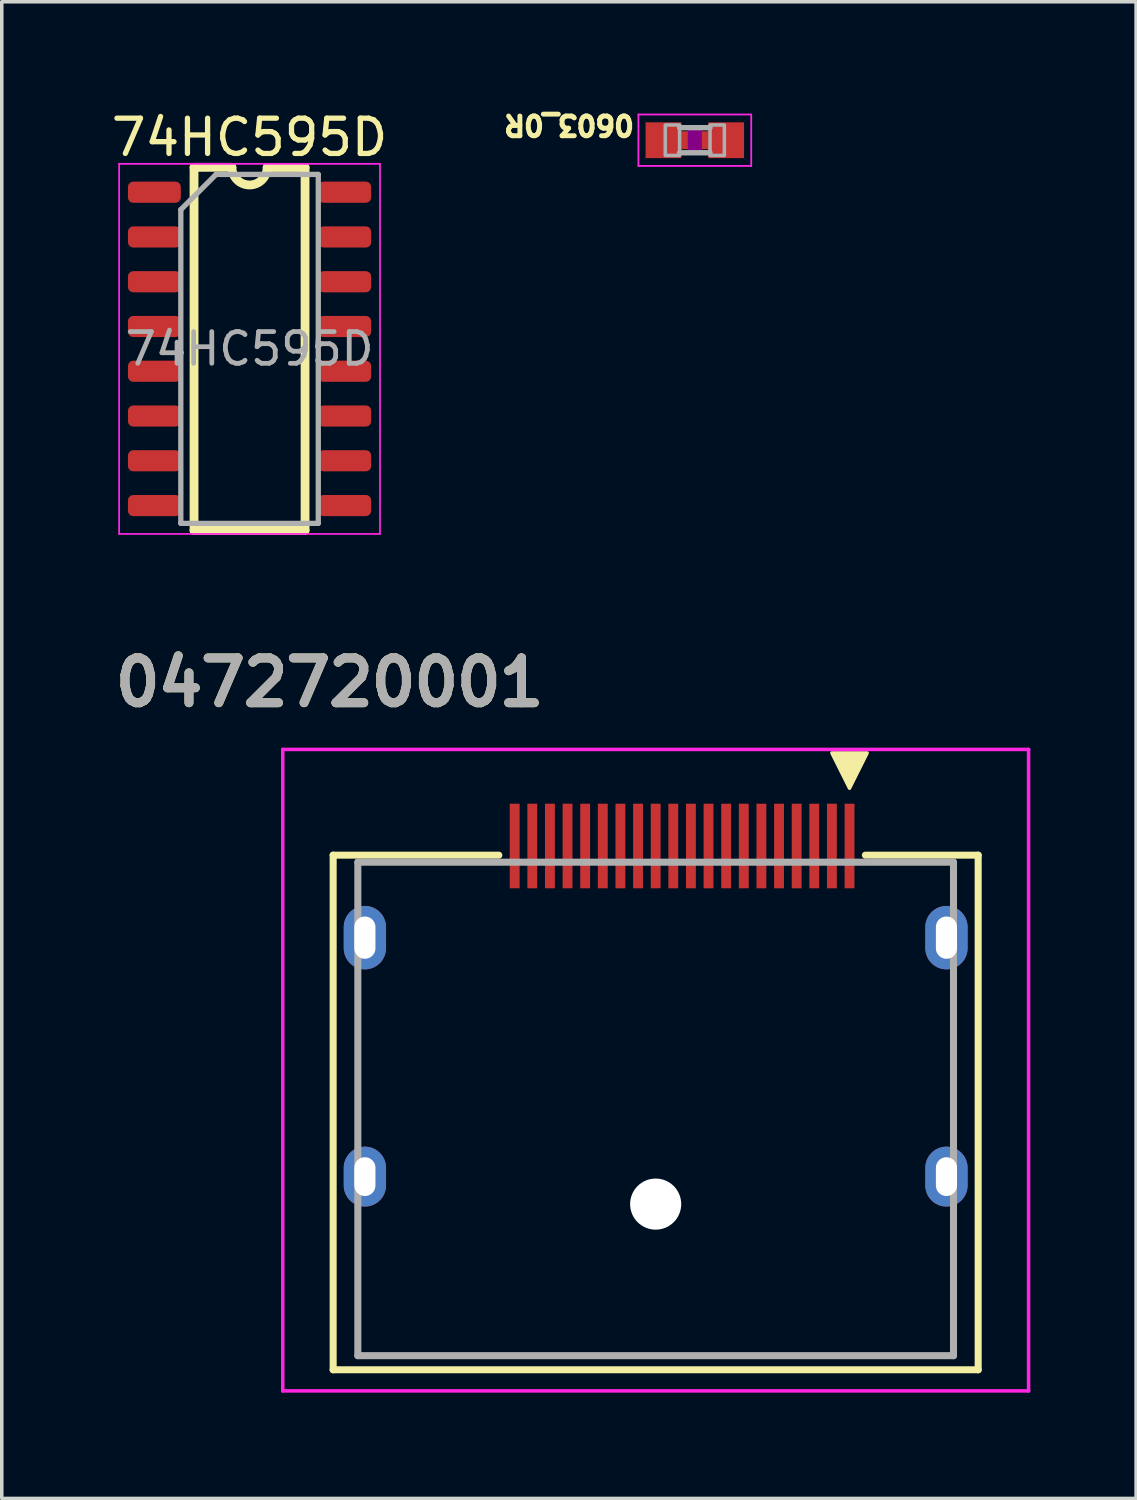
<source format=kicad_pcb>
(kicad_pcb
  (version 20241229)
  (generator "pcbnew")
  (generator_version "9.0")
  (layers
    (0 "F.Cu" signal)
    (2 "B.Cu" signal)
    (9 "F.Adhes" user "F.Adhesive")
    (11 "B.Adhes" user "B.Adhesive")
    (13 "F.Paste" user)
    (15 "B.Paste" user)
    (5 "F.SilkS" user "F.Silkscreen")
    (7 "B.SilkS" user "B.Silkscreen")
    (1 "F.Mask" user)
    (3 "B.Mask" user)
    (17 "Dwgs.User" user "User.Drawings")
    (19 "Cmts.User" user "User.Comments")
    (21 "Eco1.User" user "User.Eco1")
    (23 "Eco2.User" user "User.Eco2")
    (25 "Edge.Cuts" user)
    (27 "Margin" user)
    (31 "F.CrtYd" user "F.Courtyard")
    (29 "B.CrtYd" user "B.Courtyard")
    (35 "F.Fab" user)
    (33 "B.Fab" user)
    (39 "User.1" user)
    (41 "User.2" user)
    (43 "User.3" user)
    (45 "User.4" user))
  (footprint "0603_0R"
    (layer "F.Cu")
    (at 16.663 0.928)
    (property "Reference" "0603_0R" (at -1.651 -0.762 180) (unlocked yes) (layer "F.SilkS") (effects (font (size 0.559 0.559) (thickness 0.203)) (justify left bottom)))
    (fp_poly (pts (xy -0.406 0.254) (xy 0.406 0.254) (xy 0.406 -0.254) (xy -0.406 -0.254)) (stroke (width 0) (type default)) (fill yes) (layer "F.Cu"))
    (fp_poly (pts (xy -0.2 0.4) (xy 0.2 0.4) (xy 0.2 -0.4) (xy -0.2 -0.4)) (stroke (width 0) (type default)) (fill yes) (layer "F.Adhes"))
    (fp_line (start -1.6 -0.729) (end 1.6 -0.729) (stroke (width 0.051) (type solid)) (layer "F.CrtYd"))
    (fp_line (start -1.6 0.729) (end -1.6 -0.729) (stroke (width 0.051) (type solid)) (layer "F.CrtYd"))
    (fp_line (start 1.6 -0.729) (end 1.6 0.729) (stroke (width 0.051) (type solid)) (layer "F.CrtYd"))
    (fp_line (start 1.6 0.729) (end -1.6 0.729) (stroke (width 0.051) (type solid)) (layer "F.CrtYd"))
    (fp_line (start -0.432 0.356) (end 0.432 0.356) (stroke (width 0.152) (type solid)) (layer "F.Fab"))
    (fp_line (start 0.432 -0.356) (end -0.432 -0.356) (stroke (width 0.152) (type solid)) (layer "F.Fab"))
    (fp_poly (pts (xy -0.838 0.432) (xy -0.432 0.432) (xy -0.432 -0.432) (xy -0.838 -0.432)) (stroke (width 0.1) (type default)) (fill no) (layer "F.Fab"))
    (fp_poly (pts (xy 0.432 0.432) (xy 0.838 0.432) (xy 0.838 -0.432) (xy 0.432 -0.432)) (stroke (width 0.1) (type default)) (fill no) (layer "F.Fab"))
    (pad "1" smd rect (at -0.889 0 180) (size 1.016 1.016) (layers "F.Cu" "F.Mask"))
    (pad "2" smd rect (at 0.889 0 180) (size 1.016 1.016) (layers "F.Cu" "F.Mask")))
  (footprint "0472720001"
    (layer "F.Cu")
    (at 15.552 27.312)
    (property "Reference" "0472720001" (at -9.25 -11 0) (layer "F.SilkS") (effects (font (size 1.27 1.27) (thickness 0.254))))
    (attr through_hole)
    (fp_line (start -9.15 -6.1) (end -9.15 8.5) (stroke (width 0.2) (type solid)) (layer "F.SilkS"))
    (fp_line (start -9.15 8.5) (end 9.15 8.5) (stroke (width 0.2) (type solid)) (layer "F.SilkS"))
    (fp_line (start -4.45 -6.1) (end -9.15 -6.1) (stroke (width 0.2) (type solid)) (layer "F.SilkS"))
    (fp_line (start 9.15 -6.1) (end 5.95 -6.1) (stroke (width 0.2) (type solid)) (layer "F.SilkS"))
    (fp_line (start 9.15 8.5) (end 9.15 -6.1) (stroke (width 0.2) (type solid)) (layer "F.SilkS"))
    (fp_poly (pts (xy 5.5 -8) (xy 5 -9) (xy 6 -9)) (stroke (width 0.1) (type solid)) (fill yes) (layer "F.SilkS"))
    (fp_line (start -10.58 -9.1) (end 10.58 -9.1) (stroke (width 0.1) (type solid)) (layer "F.CrtYd"))
    (fp_line (start -10.58 9.1) (end -10.58 -9.1) (stroke (width 0.1) (type solid)) (layer "F.CrtYd"))
    (fp_line (start 10.58 -9.1) (end 10.58 9.1) (stroke (width 0.1) (type solid)) (layer "F.CrtYd"))
    (fp_line (start 10.58 9.1) (end -10.58 9.1) (stroke (width 0.1) (type solid)) (layer "F.CrtYd"))
    (fp_line (start -8.45 -5.9) (end 8.45 -5.9) (stroke (width 0.2) (type solid)) (layer "F.Fab"))
    (fp_line (start -8.45 8.1) (end -8.45 -5.9) (stroke (width 0.2) (type solid)) (layer "F.Fab"))
    (fp_line (start 8.45 -5.9) (end 8.45 8.1) (stroke (width 0.2) (type solid)) (layer "F.Fab"))
    (fp_line (start 8.45 8.1) (end -8.45 8.1) (stroke (width 0.2) (type solid)) (layer "F.Fab"))
    (fp_text user "${REFERENCE}" (at -9.25 -11 0) (layer "F.Fab") (effects (font (size 1.27 1.27) (thickness 0.254))))
    (pad "" np_thru_hole circle (at 0 3.8) (size 1.45 1.45) (drill 1.45) (layers "*.Cu" "*.Mask"))
    (pad "1" smd rect (at 5.5 -6.36) (size 0.28 2.4) (layers "F.Cu" "F.Mask" "F.Paste"))
    (pad "2" smd rect (at 5 -6.36) (size 0.28 2.4) (layers "F.Cu" "F.Mask" "F.Paste"))
    (pad "3" smd rect (at 4.5 -6.36) (size 0.28 2.4) (layers "F.Cu" "F.Mask" "F.Paste"))
    (pad "4" smd rect (at 4 -6.36) (size 0.28 2.4) (layers "F.Cu" "F.Mask" "F.Paste"))
    (pad "5" smd rect (at 3.5 -6.36) (size 0.28 2.4) (layers "F.Cu" "F.Mask" "F.Paste"))
    (pad "6" smd rect (at 3 -6.36) (size 0.28 2.4) (layers "F.Cu" "F.Mask" "F.Paste"))
    (pad "7" smd rect (at 2.5 -6.36) (size 0.28 2.4) (layers "F.Cu" "F.Mask" "F.Paste"))
    (pad "8" smd rect (at 2 -6.36) (size 0.28 2.4) (layers "F.Cu" "F.Mask" "F.Paste"))
    (pad "9" smd rect (at 1.5 -6.36) (size 0.28 2.4) (layers "F.Cu" "F.Mask" "F.Paste"))
    (pad "10" smd rect (at 1 -6.36) (size 0.28 2.4) (layers "F.Cu" "F.Mask" "F.Paste"))
    (pad "11" smd rect (at 0.5 -6.36) (size 0.28 2.4) (layers "F.Cu" "F.Mask" "F.Paste"))
    (pad "12" smd rect (at 0 -6.36) (size 0.28 2.4) (layers "F.Cu" "F.Mask" "F.Paste"))
    (pad "13" smd rect (at -0.5 -6.36) (size 0.28 2.4) (layers "F.Cu" "F.Mask" "F.Paste"))
    (pad "14" smd rect (at -1 -6.36) (size 0.28 2.4) (layers "F.Cu" "F.Mask" "F.Paste"))
    (pad "15" smd rect (at -1.5 -6.36) (size 0.28 2.4) (layers "F.Cu" "F.Mask" "F.Paste"))
    (pad "16" smd rect (at -2 -6.36) (size 0.28 2.4) (layers "F.Cu" "F.Mask" "F.Paste"))
    (pad "17" smd rect (at -2.5 -6.36) (size 0.28 2.4) (layers "F.Cu" "F.Mask" "F.Paste"))
    (pad "18" smd rect (at -3 -6.36) (size 0.28 2.4) (layers "F.Cu" "F.Mask" "F.Paste"))
    (pad "19" smd rect (at -3.5 -6.36) (size 0.28 2.4) (layers "F.Cu" "F.Mask" "F.Paste"))
    (pad "20" smd rect (at -4 -6.36) (size 0.28 2.4) (layers "F.Cu" "F.Mask" "F.Paste"))
    (pad "21" thru_hole oval (at -8.25 -3.76) (size 1.2 1.8) (drill oval 0.6 1.2) (layers "*.Cu" "*.Mask"))
    (pad "22" thru_hole oval (at 8.25 -3.76) (size 1.2 1.8) (drill oval 0.6 1.2) (layers "*.Cu" "*.Mask"))
    (pad "23" thru_hole oval (at -8.25 3.02) (size 1.2 1.7) (drill oval 0.6 1.1) (layers "*.Cu" "*.Mask"))
    (pad "24" thru_hole oval (at 8.25 3.02) (size 1.2 1.7) (drill oval 0.6 1.1) (layers "*.Cu" "*.Mask")))
  (footprint "74HC595D"
    (layer "F.Cu")
    (at 4.03 6.848)
    (property "Reference" "74HC595D" (at 0 -6 0) (layer "F.SilkS") (effects (font (size 1 1) (thickness 0.15))))
    (attr smd)
    (fp_line (start -1.575 -5.15) (end -1.575 5.15) (stroke (width 0.25) (type solid)) (layer "F.SilkS"))
    (fp_line (start -1.575 -5.15) (end -0.5 -5.15) (stroke (width 0.25) (type solid)) (layer "F.SilkS"))
    (fp_line (start -1.575 5.15) (end 1.575 5.15) (stroke (width 0.25) (type solid)) (layer "F.SilkS"))
    (fp_line (start 0.5 -5.145) (end 1.575 -5.145) (stroke (width 0.25) (type solid)) (layer "F.SilkS"))
    (fp_line (start 1.575 -5.145) (end 1.575 5.15) (stroke (width 0.25) (type solid)) (layer "F.SilkS"))
    (fp_arc (start 0.5 -5.15) (mid 0 -4.65) (end -0.5 -5.15) (stroke (width 0.25) (type solid)) (layer "F.SilkS"))
    (fp_line (start -3.7 -5.25) (end -3.7 5.25) (stroke (width 0.05) (type solid)) (layer "F.CrtYd"))
    (fp_line (start -3.7 -5.25) (end 3.7 -5.25) (stroke (width 0.05) (type solid)) (layer "F.CrtYd"))
    (fp_line (start -3.7 5.25) (end 3.7 5.25) (stroke (width 0.05) (type solid)) (layer "F.CrtYd"))
    (fp_line (start 3.7 -5.25) (end 3.7 5.25) (stroke (width 0.05) (type solid)) (layer "F.CrtYd"))
    (fp_line (start -1.95 -3.95) (end -0.95 -4.95) (stroke (width 0.15) (type solid)) (layer "F.Fab"))
    (fp_line (start -1.95 4.95) (end -1.95 -3.95) (stroke (width 0.15) (type solid)) (layer "F.Fab"))
    (fp_line (start -0.95 -4.95) (end 1.95 -4.95) (stroke (width 0.15) (type solid)) (layer "F.Fab"))
    (fp_line (start 1.95 -4.95) (end 1.95 4.95) (stroke (width 0.15) (type solid)) (layer "F.Fab"))
    (fp_line (start 1.95 4.95) (end -1.95 4.95) (stroke (width 0.15) (type solid)) (layer "F.Fab"))
    (fp_text user "${REFERENCE}" (at 0 0 0) (layer "F.Fab") (effects (font (size 0.9 0.9) (thickness 0.135))))
    (pad "1" smd roundrect (at -2.7 -4.445) (size 1.5 0.6) (layers "F.Cu" "F.Mask" "F.Paste") (roundrect_rratio 0.25))
    (pad "2" smd roundrect (at -2.7 -3.175) (size 1.5 0.6) (layers "F.Cu" "F.Mask" "F.Paste") (roundrect_rratio 0.25))
    (pad "3" smd roundrect (at -2.7 -1.905) (size 1.5 0.6) (layers "F.Cu" "F.Mask" "F.Paste") (roundrect_rratio 0.25))
    (pad "4" smd roundrect (at -2.7 -0.635) (size 1.5 0.6) (layers "F.Cu" "F.Mask" "F.Paste") (roundrect_rratio 0.25))
    (pad "5" smd roundrect (at -2.7 0.635) (size 1.5 0.6) (layers "F.Cu" "F.Mask" "F.Paste") (roundrect_rratio 0.25))
    (pad "6" smd roundrect (at -2.7 1.905) (size 1.5 0.6) (layers "F.Cu" "F.Mask" "F.Paste") (roundrect_rratio 0.25))
    (pad "7" smd roundrect (at -2.7 3.175) (size 1.5 0.6) (layers "F.Cu" "F.Mask" "F.Paste") (roundrect_rratio 0.25))
    (pad "8" smd roundrect (at -2.7 4.445) (size 1.5 0.6) (layers "F.Cu" "F.Mask" "F.Paste") (roundrect_rratio 0.25))
    (pad "9" smd roundrect (at 2.7 4.445) (size 1.5 0.6) (layers "F.Cu" "F.Mask" "F.Paste") (roundrect_rratio 0.25))
    (pad "10" smd roundrect (at 2.7 3.175) (size 1.5 0.6) (layers "F.Cu" "F.Mask" "F.Paste") (roundrect_rratio 0.25))
    (pad "11" smd roundrect (at 2.7 1.905) (size 1.5 0.6) (layers "F.Cu" "F.Mask" "F.Paste") (roundrect_rratio 0.25))
    (pad "12" smd roundrect (at 2.7 0.635) (size 1.5 0.6) (layers "F.Cu" "F.Mask" "F.Paste") (roundrect_rratio 0.25))
    (pad "13" smd roundrect (at 2.7 -0.635) (size 1.5 0.6) (layers "F.Cu" "F.Mask" "F.Paste") (roundrect_rratio 0.25))
    (pad "14" smd roundrect (at 2.7 -1.905) (size 1.5 0.6) (layers "F.Cu" "F.Mask" "F.Paste") (roundrect_rratio 0.25))
    (pad "15" smd roundrect (at 2.7 -3.175) (size 1.5 0.6) (layers "F.Cu" "F.Mask" "F.Paste") (roundrect_rratio 0.25))
    (pad "16" smd roundrect (at 2.7 -4.445) (size 1.5 0.6) (layers "F.Cu" "F.Mask" "F.Paste") (roundrect_rratio 0.25)))
  (gr_rect
    (start -3 -3)
    (end 29.182 39.462)
    (stroke (width 0.1) (type default))
    (fill no)
    (layer "Edge.Cuts")))
</source>
